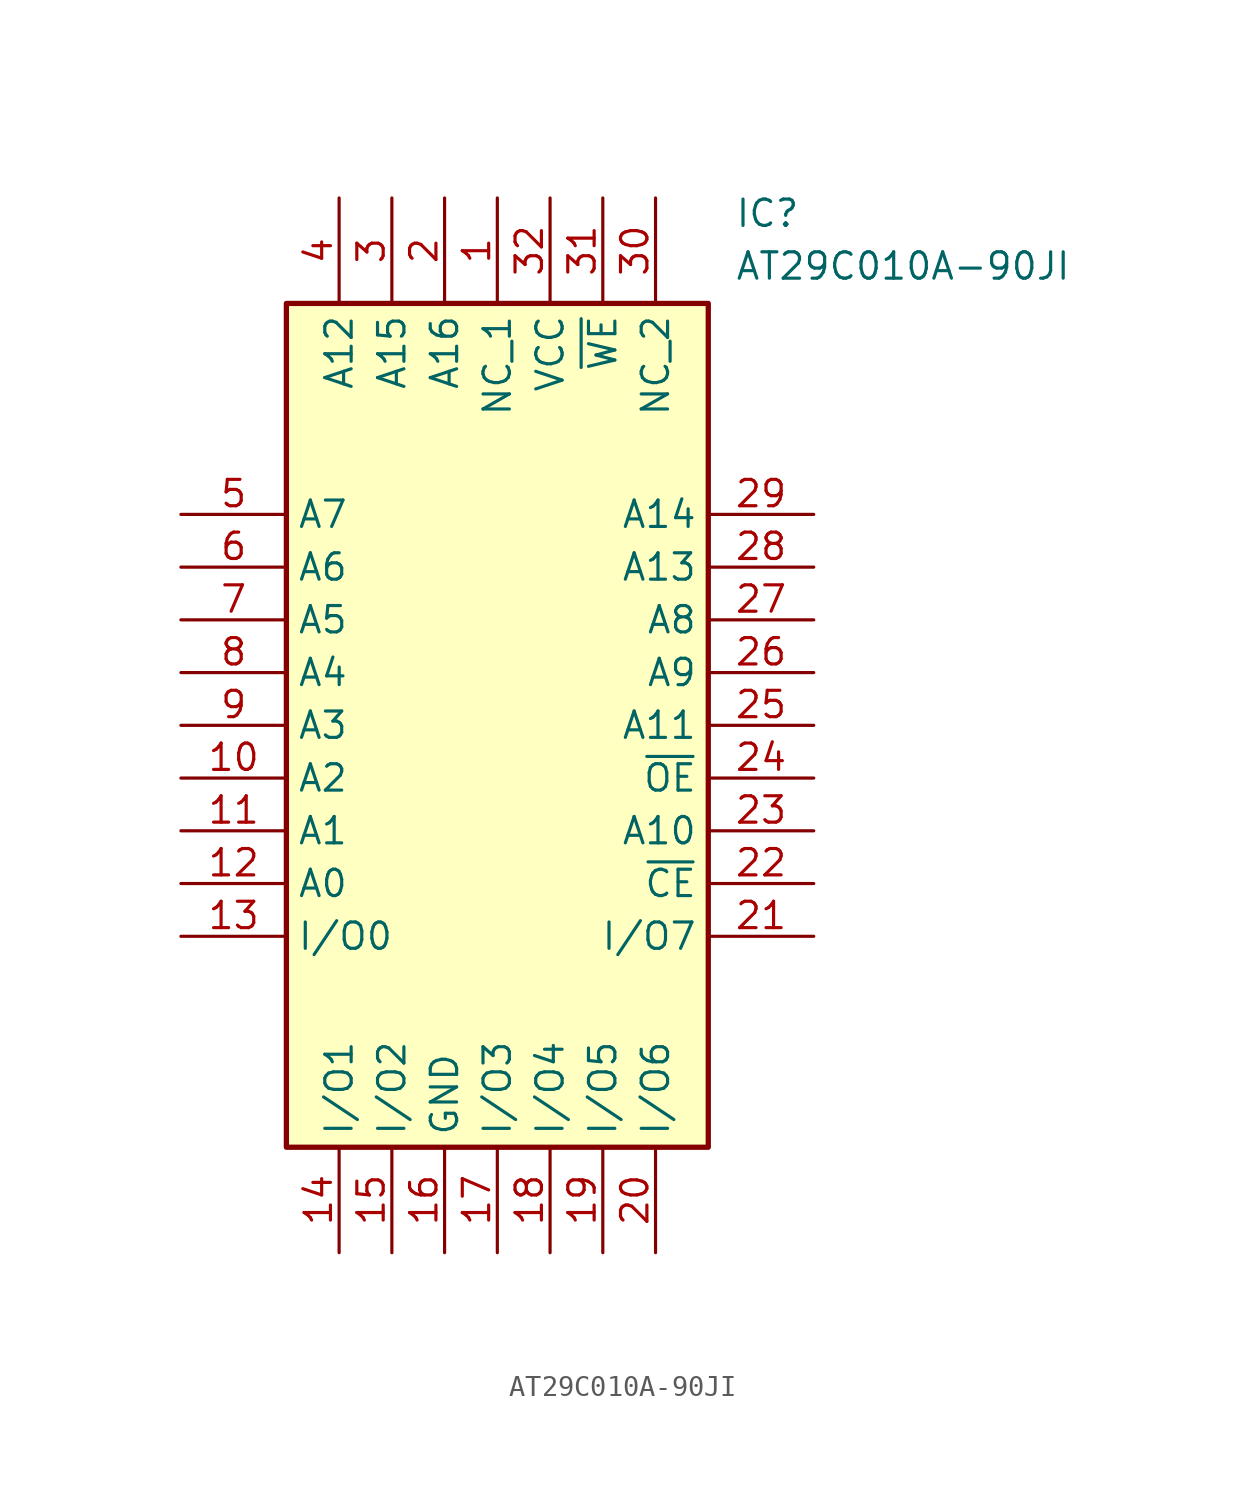
<source format=kicad_sym>
(kicad_symbol_lib
  (version 20211014)
  (generator SamacSys_ECAD_Model)
  (symbol "AT29C010A-90JI"
    (property "Reference" "IC"
      (at 26.67 15.24 0)
      (effects (font (size 1.27 1.27)) (justify left top)))
    (property "Value" "AT29C010A-90JI"
      (at 26.67 12.7 0)
      (effects (font (size 1.27 1.27)) (justify left top)))
    (rectangle
      (start 5.08 10.16)
      (end 25.4 -30.48)
      (stroke (width 0.254) (type default))
      (fill (type background)))
    (pin passive line
      (at 15.24 15.24 270)
      (length 5.08)
      (name "NC_1" (effects (font (size 1.27 1.27))))
      (number "1" (effects (font (size 1.27 1.27)))))
    (pin passive line
      (at 12.7 15.24 270)
      (length 5.08)
      (name "A16" (effects (font (size 1.27 1.27))))
      (number "2" (effects (font (size 1.27 1.27)))))
    (pin passive line
      (at 10.16 15.24 270)
      (length 5.08)
      (name "A15" (effects (font (size 1.27 1.27))))
      (number "3" (effects (font (size 1.27 1.27)))))
    (pin passive line
      (at 7.62 15.24 270)
      (length 5.08)
      (name "A12" (effects (font (size 1.27 1.27))))
      (number "4" (effects (font (size 1.27 1.27)))))
    (pin passive line
      (at 0 0 0)
      (length 5.08)
      (name "A7" (effects (font (size 1.27 1.27))))
      (number "5" (effects (font (size 1.27 1.27)))))
    (pin passive line
      (at 0 -2.54 0)
      (length 5.08)
      (name "A6" (effects (font (size 1.27 1.27))))
      (number "6" (effects (font (size 1.27 1.27)))))
    (pin passive line
      (at 0 -5.08 0)
      (length 5.08)
      (name "A5" (effects (font (size 1.27 1.27))))
      (number "7" (effects (font (size 1.27 1.27)))))
    (pin passive line
      (at 0 -7.62 0)
      (length 5.08)
      (name "A4" (effects (font (size 1.27 1.27))))
      (number "8" (effects (font (size 1.27 1.27)))))
    (pin passive line
      (at 0 -10.16 0)
      (length 5.08)
      (name "A3" (effects (font (size 1.27 1.27))))
      (number "9" (effects (font (size 1.27 1.27)))))
    (pin passive line
      (at 0 -12.7 0)
      (length 5.08)
      (name "A2" (effects (font (size 1.27 1.27))))
      (number "10" (effects (font (size 1.27 1.27)))))
    (pin passive line
      (at 0 -15.24 0)
      (length 5.08)
      (name "A1" (effects (font (size 1.27 1.27))))
      (number "11" (effects (font (size 1.27 1.27)))))
    (pin passive line
      (at 0 -17.78 0)
      (length 5.08)
      (name "A0" (effects (font (size 1.27 1.27))))
      (number "12" (effects (font (size 1.27 1.27)))))
    (pin passive line
      (at 0 -20.32 0)
      (length 5.08)
      (name "I/O0" (effects (font (size 1.27 1.27))))
      (number "13" (effects (font (size 1.27 1.27)))))
    (pin passive line
      (at 7.62 -35.56 90)
      (length 5.08)
      (name "I/O1" (effects (font (size 1.27 1.27))))
      (number "14" (effects (font (size 1.27 1.27)))))
    (pin passive line
      (at 10.16 -35.56 90)
      (length 5.08)
      (name "I/O2" (effects (font (size 1.27 1.27))))
      (number "15" (effects (font (size 1.27 1.27)))))
    (pin passive line
      (at 12.7 -35.56 90)
      (length 5.08)
      (name "GND" (effects (font (size 1.27 1.27))))
      (number "16" (effects (font (size 1.27 1.27)))))
    (pin passive line
      (at 15.24 -35.56 90)
      (length 5.08)
      (name "I/O3" (effects (font (size 1.27 1.27))))
      (number "17" (effects (font (size 1.27 1.27)))))
    (pin passive line
      (at 17.78 -35.56 90)
      (length 5.08)
      (name "I/O4" (effects (font (size 1.27 1.27))))
      (number "18" (effects (font (size 1.27 1.27)))))
    (pin passive line
      (at 20.32 -35.56 90)
      (length 5.08)
      (name "I/O5" (effects (font (size 1.27 1.27))))
      (number "19" (effects (font (size 1.27 1.27)))))
    (pin passive line
      (at 22.86 -35.56 90)
      (length 5.08)
      (name "I/O6" (effects (font (size 1.27 1.27))))
      (number "20" (effects (font (size 1.27 1.27)))))
    (pin passive line
      (at 30.48 -20.32 180)
      (length 5.08)
      (name "I/O7" (effects (font (size 1.27 1.27))))
      (number "21" (effects (font (size 1.27 1.27)))))
    (pin passive line
      (at 30.48 -17.78 180)
      (length 5.08)
      (name "~{CE}" (effects (font (size 1.27 1.27))))
      (number "22" (effects (font (size 1.27 1.27)))))
    (pin passive line
      (at 30.48 -15.24 180)
      (length 5.08)
      (name "A10" (effects (font (size 1.27 1.27))))
      (number "23" (effects (font (size 1.27 1.27)))))
    (pin passive line
      (at 30.48 -12.7 180)
      (length 5.08)
      (name "~{OE}" (effects (font (size 1.27 1.27))))
      (number "24" (effects (font (size 1.27 1.27)))))
    (pin passive line
      (at 30.48 -10.16 180)
      (length 5.08)
      (name "A11" (effects (font (size 1.27 1.27))))
      (number "25" (effects (font (size 1.27 1.27)))))
    (pin passive line
      (at 30.48 -7.62 180)
      (length 5.08)
      (name "A9" (effects (font (size 1.27 1.27))))
      (number "26" (effects (font (size 1.27 1.27)))))
    (pin passive line
      (at 30.48 -5.08 180)
      (length 5.08)
      (name "A8" (effects (font (size 1.27 1.27))))
      (number "27" (effects (font (size 1.27 1.27)))))
    (pin passive line
      (at 30.48 -2.54 180)
      (length 5.08)
      (name "A13" (effects (font (size 1.27 1.27))))
      (number "28" (effects (font (size 1.27 1.27)))))
    (pin passive line
      (at 30.48 0 180)
      (length 5.08)
      (name "A14" (effects (font (size 1.27 1.27))))
      (number "29" (effects (font (size 1.27 1.27)))))
    (pin passive line
      (at 22.86 15.24 270)
      (length 5.08)
      (name "NC_2" (effects (font (size 1.27 1.27))))
      (number "30" (effects (font (size 1.27 1.27)))))
    (pin passive line
      (at 20.32 15.24 270)
      (length 5.08)
      (name "~{WE}" (effects (font (size 1.27 1.27))))
      (number "31" (effects (font (size 1.27 1.27)))))
    (pin passive line
      (at 17.78 15.24 270)
      (length 5.08)
      (name "VCC" (effects (font (size 1.27 1.27))))
      (number "32" (effects (font (size 1.27 1.27)))))))
</source>
